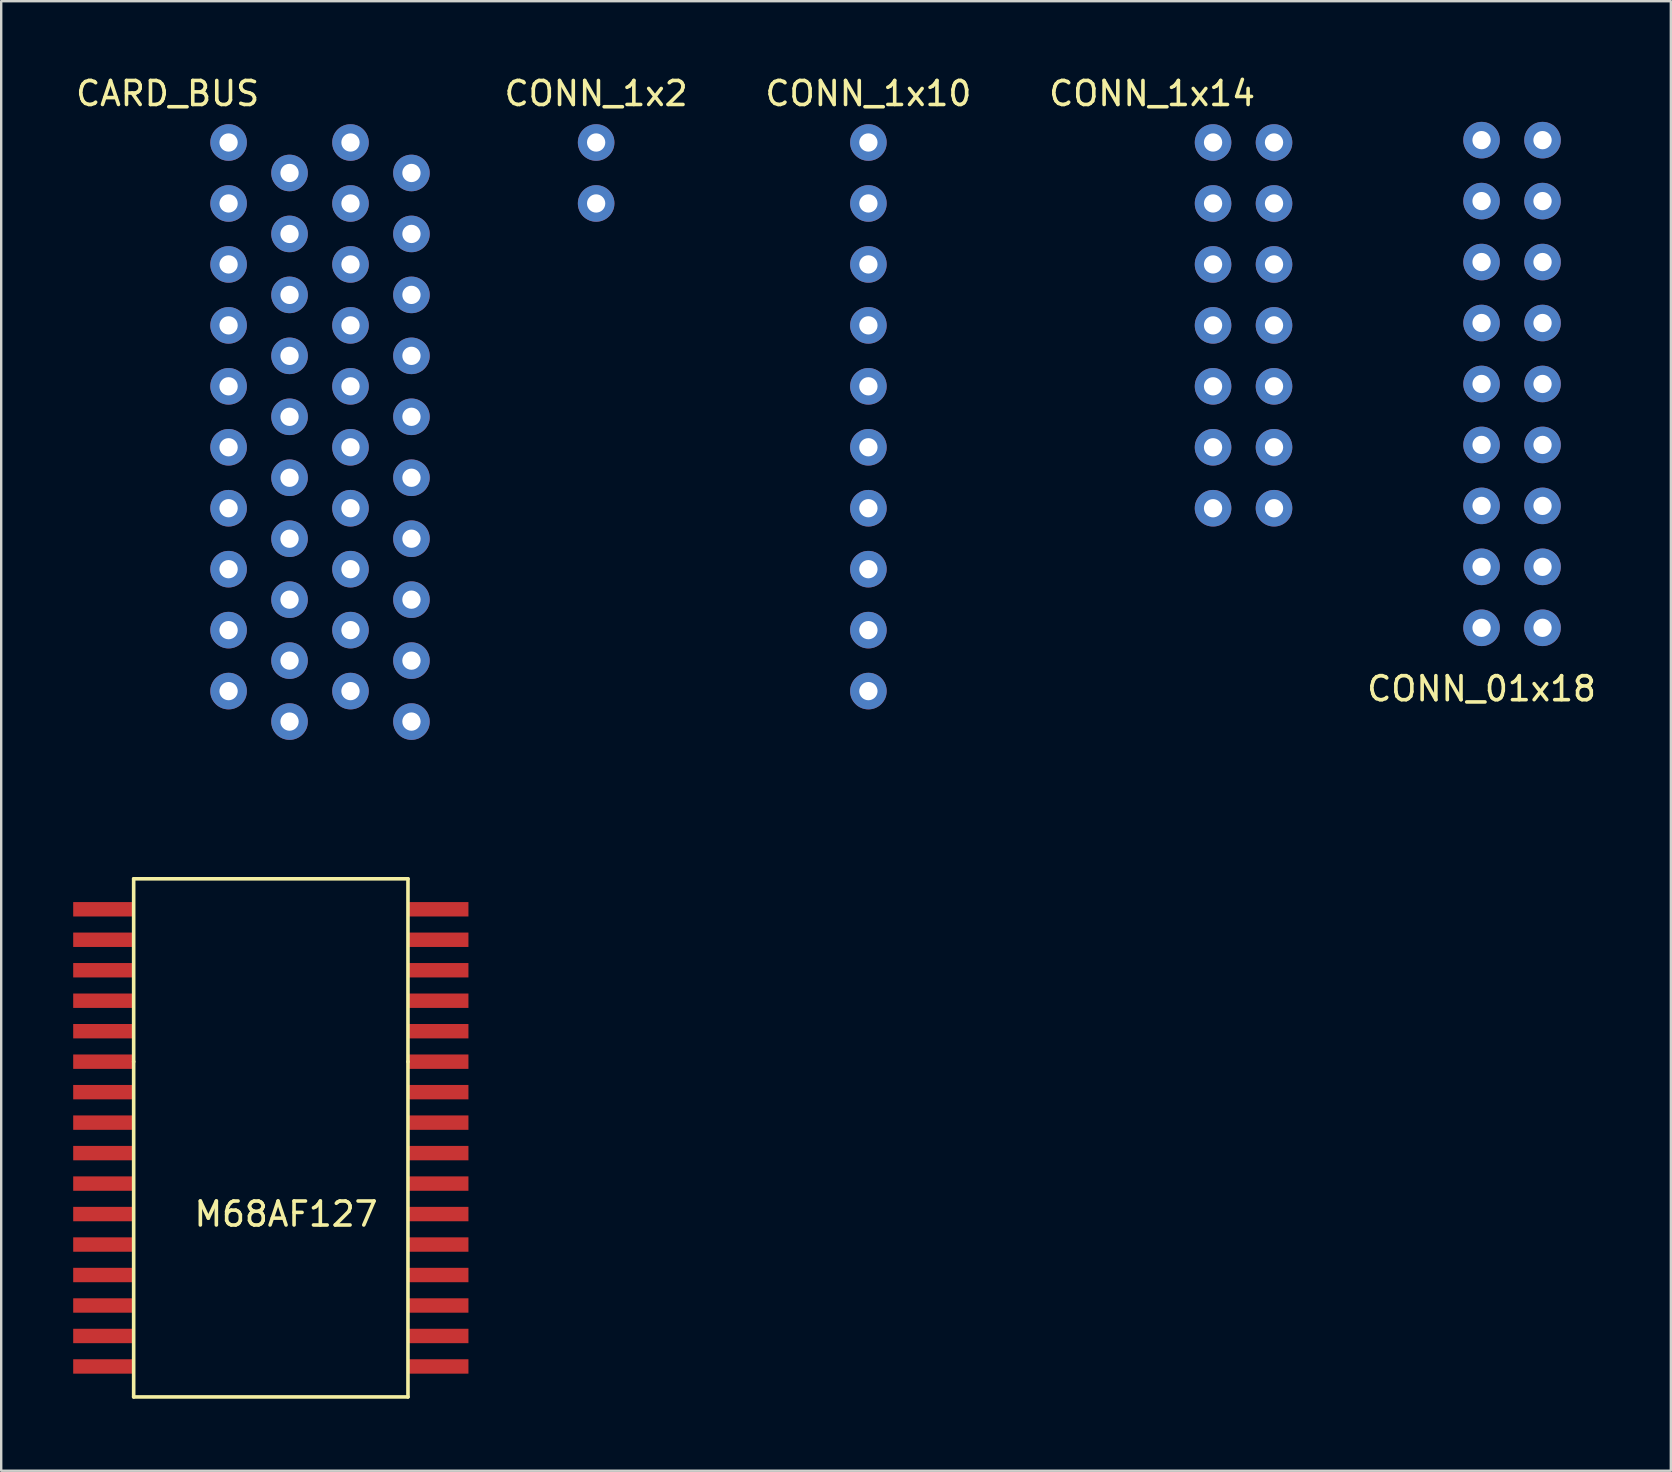
<source format=kicad_pcb>
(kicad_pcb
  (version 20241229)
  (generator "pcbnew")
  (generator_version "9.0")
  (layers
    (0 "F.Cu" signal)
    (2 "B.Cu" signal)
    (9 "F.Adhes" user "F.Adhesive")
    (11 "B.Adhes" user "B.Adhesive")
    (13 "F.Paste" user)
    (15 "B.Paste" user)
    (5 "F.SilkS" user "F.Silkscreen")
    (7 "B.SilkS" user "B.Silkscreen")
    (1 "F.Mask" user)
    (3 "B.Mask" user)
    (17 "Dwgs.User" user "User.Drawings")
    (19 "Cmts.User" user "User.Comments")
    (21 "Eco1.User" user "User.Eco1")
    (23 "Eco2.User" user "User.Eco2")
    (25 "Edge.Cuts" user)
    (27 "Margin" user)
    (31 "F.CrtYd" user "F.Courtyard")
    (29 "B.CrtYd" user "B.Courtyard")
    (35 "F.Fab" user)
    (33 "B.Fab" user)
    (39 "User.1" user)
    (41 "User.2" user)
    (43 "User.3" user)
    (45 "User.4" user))
  (footprint "CARD_BUS"
    (layer "F.Cu")
    (at 3.935 0.348)
    (property "Reference" "CARD_BUS" (at 0 0.5 0) (layer "F.SilkS") (effects (font (size 1 1) (thickness 0.15))))
    (attr through_hole)
    (pad "1" thru_hole circle (at 2.54 2.54) (size 1.524 1.524) (drill 0.762) (layers "*.Cu" "*.Mask"))
    (pad "2" thru_hole circle (at 7.62 2.54) (size 1.524 1.524) (drill 0.762) (layers "*.Cu" "*.Mask"))
    (pad "3" thru_hole circle (at 5.08 3.81) (size 1.524 1.524) (drill 0.762) (layers "*.Cu" "*.Mask"))
    (pad "4" thru_hole circle (at 10.16 3.81) (size 1.524 1.524) (drill 0.762) (layers "*.Cu" "*.Mask"))
    (pad "5" thru_hole circle (at 2.54 5.08) (size 1.524 1.524) (drill 0.762) (layers "*.Cu" "*.Mask"))
    (pad "6" thru_hole circle (at 7.62 5.08) (size 1.524 1.524) (drill 0.762) (layers "*.Cu" "*.Mask"))
    (pad "7" thru_hole circle (at 5.08 6.35) (size 1.524 1.524) (drill 0.762) (layers "*.Cu" "*.Mask"))
    (pad "8" thru_hole circle (at 10.16 6.35) (size 1.524 1.524) (drill 0.762) (layers "*.Cu" "*.Mask"))
    (pad "9" thru_hole circle (at 2.54 7.62) (size 1.524 1.524) (drill 0.762) (layers "*.Cu" "*.Mask"))
    (pad "10" thru_hole circle (at 7.62 7.62) (size 1.524 1.524) (drill 0.762) (layers "*.Cu" "*.Mask"))
    (pad "11" thru_hole circle (at 5.08 8.89) (size 1.524 1.524) (drill 0.762) (layers "*.Cu" "*.Mask"))
    (pad "12" thru_hole circle (at 10.16 8.89) (size 1.524 1.524) (drill 0.762) (layers "*.Cu" "*.Mask"))
    (pad "13" thru_hole circle (at 2.54 10.16) (size 1.524 1.524) (drill 0.762) (layers "*.Cu" "*.Mask"))
    (pad "14" thru_hole circle (at 7.62 10.16) (size 1.524 1.524) (drill 0.762) (layers "*.Cu" "*.Mask"))
    (pad "15" thru_hole circle (at 5.08 11.43) (size 1.524 1.524) (drill 0.762) (layers "*.Cu" "*.Mask"))
    (pad "16" thru_hole circle (at 10.16 11.43) (size 1.524 1.524) (drill 0.762) (layers "*.Cu" "*.Mask"))
    (pad "17" thru_hole circle (at 2.54 12.7) (size 1.524 1.524) (drill 0.762) (layers "*.Cu" "*.Mask"))
    (pad "18" thru_hole circle (at 7.62 12.7) (size 1.524 1.524) (drill 0.762) (layers "*.Cu" "*.Mask"))
    (pad "19" thru_hole circle (at 5.08 13.97) (size 1.524 1.524) (drill 0.762) (layers "*.Cu" "*.Mask"))
    (pad "20" thru_hole circle (at 10.16 13.97) (size 1.524 1.524) (drill 0.762) (layers "*.Cu" "*.Mask"))
    (pad "21" thru_hole circle (at 2.54 15.24) (size 1.524 1.524) (drill 0.762) (layers "*.Cu" "*.Mask"))
    (pad "22" thru_hole circle (at 7.62 15.24) (size 1.524 1.524) (drill 0.762) (layers "*.Cu" "*.Mask"))
    (pad "23" thru_hole circle (at 5.08 16.51) (size 1.524 1.524) (drill 0.762) (layers "*.Cu" "*.Mask"))
    (pad "24" thru_hole circle (at 10.16 16.51) (size 1.524 1.524) (drill 0.762) (layers "*.Cu" "*.Mask"))
    (pad "25" thru_hole circle (at 2.54 17.78) (size 1.524 1.524) (drill 0.762) (layers "*.Cu" "*.Mask"))
    (pad "26" thru_hole circle (at 7.62 17.78) (size 1.524 1.524) (drill 0.762) (layers "*.Cu" "*.Mask"))
    (pad "27" thru_hole circle (at 5.08 19.05) (size 1.524 1.524) (drill 0.762) (layers "*.Cu" "*.Mask"))
    (pad "28" thru_hole circle (at 10.16 19.05) (size 1.524 1.524) (drill 0.762) (layers "*.Cu" "*.Mask"))
    (pad "29" thru_hole circle (at 2.54 20.32) (size 1.524 1.524) (drill 0.762) (layers "*.Cu" "*.Mask"))
    (pad "30" thru_hole circle (at 7.62 20.32) (size 1.524 1.524) (drill 0.762) (layers "*.Cu" "*.Mask"))
    (pad "31" thru_hole circle (at 5.08 21.59) (size 1.524 1.524) (drill 0.762) (layers "*.Cu" "*.Mask"))
    (pad "32" thru_hole circle (at 10.16 21.59) (size 1.524 1.524) (drill 0.762) (layers "*.Cu" "*.Mask"))
    (pad "33" thru_hole circle (at 2.54 22.86) (size 1.524 1.524) (drill 0.762) (layers "*.Cu" "*.Mask"))
    (pad "34" thru_hole circle (at 7.62 22.86) (size 1.524 1.524) (drill 0.762) (layers "*.Cu" "*.Mask"))
    (pad "35" thru_hole circle (at 5.08 24.13) (size 1.524 1.524) (drill 0.762) (layers "*.Cu" "*.Mask"))
    (pad "36" thru_hole circle (at 10.16 24.13) (size 1.524 1.524) (drill 0.762) (layers "*.Cu" "*.Mask"))
    (pad "37" thru_hole circle (at 2.54 25.4) (size 1.524 1.524) (drill 0.762) (layers "*.Cu" "*.Mask"))
    (pad "38" thru_hole circle (at 7.62 25.4) (size 1.524 1.524) (drill 0.762) (layers "*.Cu" "*.Mask"))
    (pad "39" thru_hole circle (at 5.08 26.67) (size 1.524 1.524) (drill 0.762) (layers "*.Cu" "*.Mask"))
    (pad "40" thru_hole circle (at 10.16 26.67) (size 1.524 1.524) (drill 0.762) (layers "*.Cu" "*.Mask")))
  (footprint "CONN_1x2"
    (layer "F.Cu")
    (at 21.791 0.348)
    (property "Reference" "CONN_1x2" (at 0 0.5 0) (layer "F.SilkS") (effects (font (size 1 1) (thickness 0.15))))
    (attr through_hole)
    (pad "1" thru_hole circle (at 0 2.54) (size 1.524 1.524) (drill 0.762) (layers "*.Cu" "*.Mask"))
    (pad "2" thru_hole circle (at 0 5.08) (size 1.524 1.524) (drill 0.762) (layers "*.Cu" "*.Mask")))
  (footprint "M68AF127"
    (layer "F.Cu")
    (at 2.52 31.03)
    (property "Reference" "M68AF127" (at 6.35 16.51 0) (layer "F.SilkS") (effects (font (size 1 1) (thickness 0.15))))
    (attr through_hole)
    (fp_line (start 0 2.54) (end 0 10.16) (stroke (width 0.15) (type solid)) (layer "F.SilkS"))
    (fp_line (start 0 2.54) (end 11.43 2.54) (stroke (width 0.15) (type solid)) (layer "F.SilkS"))
    (fp_line (start 0 24.13) (end 0 10.16) (stroke (width 0.15) (type solid)) (layer "F.SilkS"))
    (fp_line (start 11.43 2.54) (end 11.43 10.16) (stroke (width 0.15) (type solid)) (layer "F.SilkS"))
    (fp_line (start 11.43 10.16) (end 11.43 24.13) (stroke (width 0.15) (type solid)) (layer "F.SilkS"))
    (fp_line (start 11.43 24.13) (end 0 24.13) (stroke (width 0.15) (type solid)) (layer "F.SilkS"))
    (pad "1" smd rect (at -1.27 3.81 90) (size 0.6 2.5) (layers "F.Cu" "F.Mask" "F.Paste"))
    (pad "2" smd rect (at -1.27 5.08 90) (size 0.6 2.5) (layers "F.Cu" "F.Mask" "F.Paste"))
    (pad "3" smd rect (at -1.27 6.35 90) (size 0.6 2.5) (layers "F.Cu" "F.Mask" "F.Paste"))
    (pad "4" smd rect (at -1.27 7.62 90) (size 0.6 2.5) (layers "F.Cu" "F.Mask" "F.Paste"))
    (pad "5" smd rect (at -1.27 8.89 90) (size 0.6 2.5) (layers "F.Cu" "F.Mask" "F.Paste"))
    (pad "6" smd rect (at -1.27 10.16 90) (size 0.6 2.5) (layers "F.Cu" "F.Mask" "F.Paste"))
    (pad "7" smd rect (at -1.27 11.43 90) (size 0.6 2.5) (layers "F.Cu" "F.Mask" "F.Paste"))
    (pad "8" smd rect (at -1.27 12.7 90) (size 0.6 2.5) (layers "F.Cu" "F.Mask" "F.Paste"))
    (pad "9" smd rect (at -1.27 13.97 90) (size 0.6 2.5) (layers "F.Cu" "F.Mask" "F.Paste"))
    (pad "10" smd rect (at -1.27 15.24 90) (size 0.6 2.5) (layers "F.Cu" "F.Mask" "F.Paste"))
    (pad "11" smd rect (at -1.27 16.51 90) (size 0.6 2.5) (layers "F.Cu" "F.Mask" "F.Paste"))
    (pad "12" smd rect (at -1.27 17.78 90) (size 0.6 2.5) (layers "F.Cu" "F.Mask" "F.Paste"))
    (pad "13" smd rect (at -1.27 19.05 90) (size 0.6 2.5) (layers "F.Cu" "F.Mask" "F.Paste"))
    (pad "14" smd rect (at -1.27 20.32 90) (size 0.6 2.5) (layers "F.Cu" "F.Mask" "F.Paste"))
    (pad "15" smd rect (at -1.27 21.59 90) (size 0.6 2.5) (layers "F.Cu" "F.Mask" "F.Paste"))
    (pad "16" smd rect (at -1.27 22.86 90) (size 0.6 2.5) (layers "F.Cu" "F.Mask" "F.Paste"))
    (pad "17" smd rect (at 12.7 22.86 90) (size 0.6 2.5) (layers "F.Cu" "F.Mask" "F.Paste"))
    (pad "18" smd rect (at 12.7 21.59 90) (size 0.6 2.5) (layers "F.Cu" "F.Mask" "F.Paste"))
    (pad "19" smd rect (at 12.7 20.32 90) (size 0.6 2.5) (layers "F.Cu" "F.Mask" "F.Paste"))
    (pad "20" smd rect (at 12.7 19.05 90) (size 0.6 2.5) (layers "F.Cu" "F.Mask" "F.Paste"))
    (pad "21" smd rect (at 12.7 17.78 90) (size 0.6 2.5) (layers "F.Cu" "F.Mask" "F.Paste"))
    (pad "22" smd rect (at 12.7 16.51 90) (size 0.6 2.5) (layers "F.Cu" "F.Mask" "F.Paste"))
    (pad "23" smd rect (at 12.7 15.24 90) (size 0.6 2.5) (layers "F.Cu" "F.Mask" "F.Paste"))
    (pad "24" smd rect (at 12.7 13.97 90) (size 0.6 2.5) (layers "F.Cu" "F.Mask" "F.Paste"))
    (pad "25" smd rect (at 12.7 12.7 90) (size 0.6 2.5) (layers "F.Cu" "F.Mask" "F.Paste"))
    (pad "26" smd rect (at 12.7 11.43 90) (size 0.6 2.5) (layers "F.Cu" "F.Mask" "F.Paste"))
    (pad "27" smd rect (at 12.7 10.16 90) (size 0.6 2.5) (layers "F.Cu" "F.Mask" "F.Paste"))
    (pad "28" smd rect (at 12.7 8.89 90) (size 0.6 2.5) (layers "F.Cu" "F.Mask" "F.Paste"))
    (pad "29" smd rect (at 12.7 7.62 90) (size 0.6 2.5) (layers "F.Cu" "F.Mask" "F.Paste"))
    (pad "30" smd rect (at 12.7 6.35 90) (size 0.6 2.5) (layers "F.Cu" "F.Mask" "F.Paste"))
    (pad "31" smd rect (at 12.7 5.08 90) (size 0.6 2.5) (layers "F.Cu" "F.Mask" "F.Paste"))
    (pad "32" smd rect (at 12.7 3.81 90) (size 0.6 2.5) (layers "F.Cu" "F.Mask" "F.Paste")))
  (footprint "CONN_1x14"
    (layer "F.Cu")
    (at 44.958 0.348)
    (property "Reference" "CONN_1x14" (at 0 0.5 0) (layer "F.SilkS") (effects (font (size 1 1) (thickness 0.15))))
    (attr through_hole)
    (pad "1" thru_hole circle (at 2.54 2.54) (size 1.524 1.524) (drill 0.762) (layers "*.Cu" "*.Mask"))
    (pad "2" thru_hole circle (at 2.54 5.08) (size 1.524 1.524) (drill 0.762) (layers "*.Cu" "*.Mask"))
    (pad "3" thru_hole circle (at 2.54 7.62) (size 1.524 1.524) (drill 0.762) (layers "*.Cu" "*.Mask"))
    (pad "4" thru_hole circle (at 2.54 10.16) (size 1.524 1.524) (drill 0.762) (layers "*.Cu" "*.Mask"))
    (pad "5" thru_hole circle (at 2.54 12.7) (size 1.524 1.524) (drill 0.762) (layers "*.Cu" "*.Mask"))
    (pad "6" thru_hole circle (at 2.54 15.24) (size 1.524 1.524) (drill 0.762) (layers "*.Cu" "*.Mask"))
    (pad "7" thru_hole circle (at 2.54 17.78) (size 1.524 1.524) (drill 0.762) (layers "*.Cu" "*.Mask"))
    (pad "8" thru_hole circle (at 5.08 2.54) (size 1.524 1.524) (drill 0.762) (layers "*.Cu" "*.Mask"))
    (pad "9" thru_hole circle (at 5.08 5.08) (size 1.524 1.524) (drill 0.762) (layers "*.Cu" "*.Mask"))
    (pad "10" thru_hole circle (at 5.08 7.62) (size 1.524 1.524) (drill 0.762) (layers "*.Cu" "*.Mask"))
    (pad "11" thru_hole circle (at 5.08 10.16) (size 1.524 1.524) (drill 0.762) (layers "*.Cu" "*.Mask"))
    (pad "12" thru_hole circle (at 5.08 12.7) (size 1.524 1.524) (drill 0.762) (layers "*.Cu" "*.Mask"))
    (pad "13" thru_hole circle (at 5.08 15.24) (size 1.524 1.524) (drill 0.762) (layers "*.Cu" "*.Mask"))
    (pad "14" thru_hole circle (at 5.08 17.78) (size 1.524 1.524) (drill 0.762) (layers "*.Cu" "*.Mask")))
  (footprint "CONN_1x10"
    (layer "F.Cu")
    (at 33.136 0.348)
    (property "Reference" "CONN_1x10" (at 0 0.5 0) (layer "F.SilkS") (effects (font (size 1 1) (thickness 0.15))))
    (attr through_hole)
    (pad "1" thru_hole circle (at 0 2.54) (size 1.524 1.524) (drill 0.762) (layers "*.Cu" "*.Mask"))
    (pad "2" thru_hole circle (at 0 5.08) (size 1.524 1.524) (drill 0.762) (layers "*.Cu" "*.Mask"))
    (pad "3" thru_hole circle (at 0 7.62) (size 1.524 1.524) (drill 0.762) (layers "*.Cu" "*.Mask"))
    (pad "4" thru_hole circle (at 0 10.16) (size 1.524 1.524) (drill 0.762) (layers "*.Cu" "*.Mask"))
    (pad "5" thru_hole circle (at 0 12.7) (size 1.524 1.524) (drill 0.762) (layers "*.Cu" "*.Mask"))
    (pad "6" thru_hole circle (at 0 15.24) (size 1.524 1.524) (drill 0.762) (layers "*.Cu" "*.Mask"))
    (pad "7" thru_hole circle (at 0 17.78) (size 1.524 1.524) (drill 0.762) (layers "*.Cu" "*.Mask"))
    (pad "8" thru_hole circle (at 0 20.32) (size 1.524 1.524) (drill 0.762) (layers "*.Cu" "*.Mask"))
    (pad "9" thru_hole circle (at 0 22.86) (size 1.524 1.524) (drill 0.762) (layers "*.Cu" "*.Mask"))
    (pad "10" thru_hole circle (at 0 25.4) (size 1.524 1.524) (drill 0.762) (layers "*.Cu" "*.Mask")))
  (footprint "CONN_01x18"
    (layer "F.Cu")
    (at 56.147 0.25)
    (property "Reference" "CONN_01x18" (at 2.54 25.4 0) (layer "F.SilkS") (effects (font (size 1 1) (thickness 0.15))))
    (attr through_hole)
    (pad "1" thru_hole circle (at 2.54 2.54) (size 1.524 1.524) (drill 0.762) (layers "*.Cu" "*.Mask"))
    (pad "2" thru_hole circle (at 2.54 5.08) (size 1.524 1.524) (drill 0.762) (layers "*.Cu" "*.Mask"))
    (pad "3" thru_hole circle (at 2.54 7.62) (size 1.524 1.524) (drill 0.762) (layers "*.Cu" "*.Mask"))
    (pad "4" thru_hole circle (at 2.54 10.16) (size 1.524 1.524) (drill 0.762) (layers "*.Cu" "*.Mask"))
    (pad "5" thru_hole circle (at 2.54 12.7) (size 1.524 1.524) (drill 0.762) (layers "*.Cu" "*.Mask"))
    (pad "6" thru_hole circle (at 2.54 15.24) (size 1.524 1.524) (drill 0.762) (layers "*.Cu" "*.Mask"))
    (pad "7" thru_hole circle (at 2.54 17.78) (size 1.524 1.524) (drill 0.762) (layers "*.Cu" "*.Mask"))
    (pad "8" thru_hole circle (at 2.54 20.32) (size 1.524 1.524) (drill 0.762) (layers "*.Cu" "*.Mask"))
    (pad "9" thru_hole circle (at 2.54 22.86) (size 1.524 1.524) (drill 0.762) (layers "*.Cu" "*.Mask"))
    (pad "10" thru_hole circle (at 5.08 2.54) (size 1.524 1.524) (drill 0.762) (layers "*.Cu" "*.Mask"))
    (pad "11" thru_hole circle (at 5.08 5.08) (size 1.524 1.524) (drill 0.762) (layers "*.Cu" "*.Mask"))
    (pad "12" thru_hole circle (at 5.08 7.62) (size 1.524 1.524) (drill 0.762) (layers "*.Cu" "*.Mask"))
    (pad "13" thru_hole circle (at 5.08 10.16) (size 1.524 1.524) (drill 0.762) (layers "*.Cu" "*.Mask"))
    (pad "14" thru_hole circle (at 5.08 12.7) (size 1.524 1.524) (drill 0.762) (layers "*.Cu" "*.Mask"))
    (pad "15" thru_hole circle (at 5.08 15.24) (size 1.524 1.524) (drill 0.762) (layers "*.Cu" "*.Mask"))
    (pad "16" thru_hole circle (at 5.08 17.78) (size 1.524 1.524) (drill 0.762) (layers "*.Cu" "*.Mask"))
    (pad "17" thru_hole circle (at 5.08 20.32) (size 1.524 1.524) (drill 0.762) (layers "*.Cu" "*.Mask"))
    (pad "18" thru_hole circle (at 5.08 22.86) (size 1.524 1.524) (drill 0.762) (layers "*.Cu" "*.Mask")))
  (gr_rect
    (start -3 -3)
    (end 66.574 58.235)
    (stroke (width 0.1) (type default))
    (fill no)
    (layer "Edge.Cuts")))
</source>
